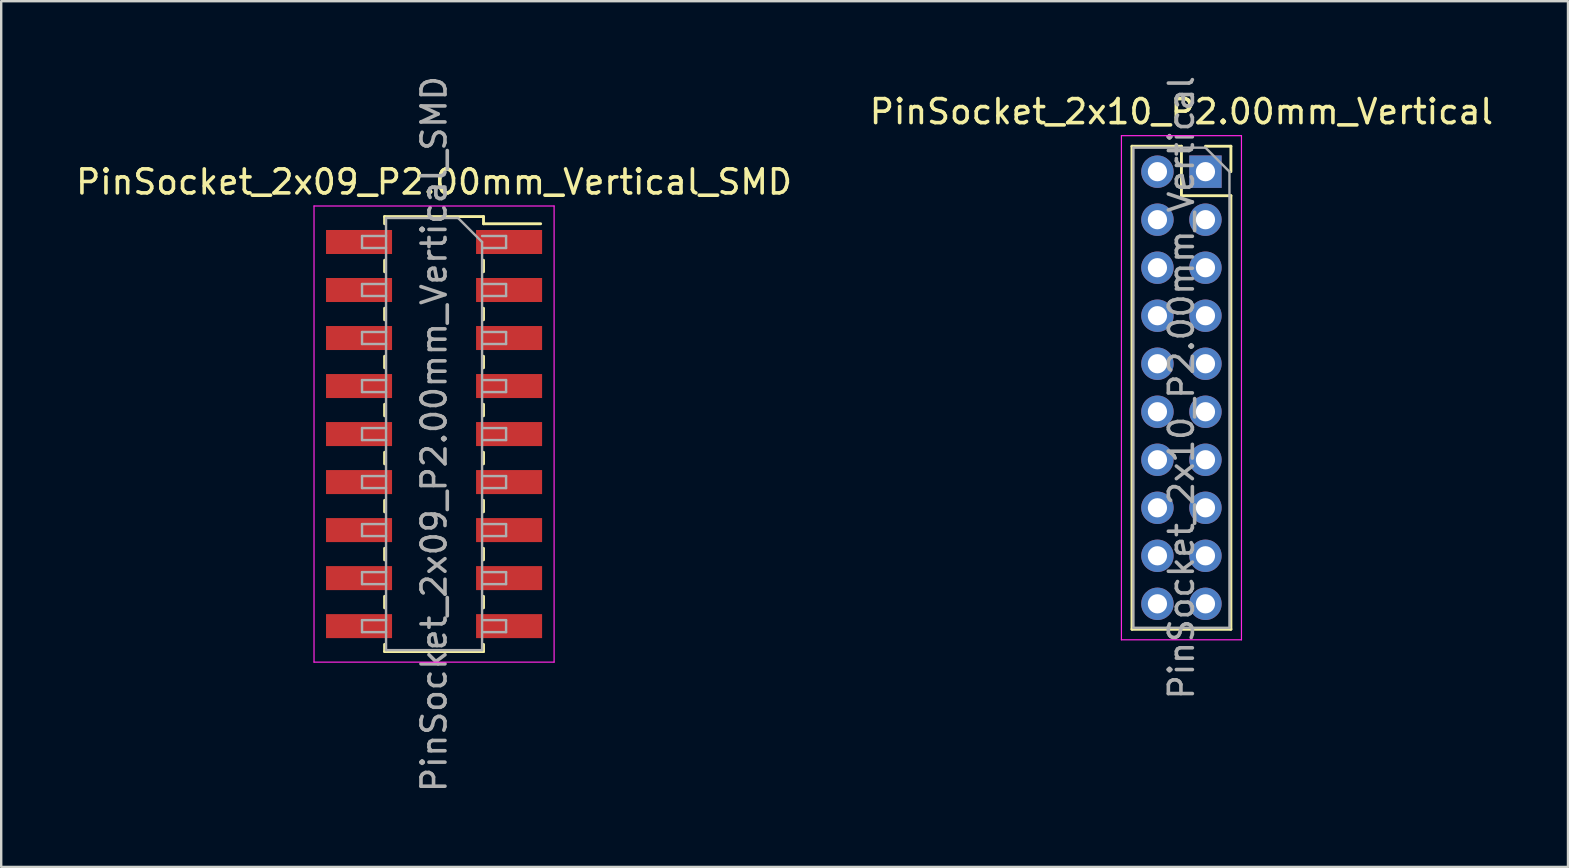
<source format=kicad_pcb>
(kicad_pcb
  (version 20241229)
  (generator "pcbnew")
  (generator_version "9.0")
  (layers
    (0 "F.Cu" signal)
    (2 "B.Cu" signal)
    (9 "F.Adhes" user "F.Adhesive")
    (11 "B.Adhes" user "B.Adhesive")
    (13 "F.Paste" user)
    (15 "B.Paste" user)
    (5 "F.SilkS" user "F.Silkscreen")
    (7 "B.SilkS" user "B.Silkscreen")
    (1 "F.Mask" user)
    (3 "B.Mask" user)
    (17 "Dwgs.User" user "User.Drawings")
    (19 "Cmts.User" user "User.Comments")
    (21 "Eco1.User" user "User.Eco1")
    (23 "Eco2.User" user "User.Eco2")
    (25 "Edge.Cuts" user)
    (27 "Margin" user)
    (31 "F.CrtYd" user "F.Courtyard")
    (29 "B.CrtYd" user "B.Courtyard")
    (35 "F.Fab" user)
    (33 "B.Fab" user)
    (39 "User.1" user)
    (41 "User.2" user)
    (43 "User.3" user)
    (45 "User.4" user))
  (footprint "PinSocket_2x10_P2.00mm_Vertical"
    (layer "F.Cu")
    (at 47.161 4.101)
    (property "Reference" "PinSocket_2x10_P2.00mm_Vertical" (at -1 -2.5 0) (layer "F.SilkS") (effects (font (size 1 1) (thickness 0.15))))
    (attr through_hole)
    (fp_line (start -3.06 -1.06) (end -3.06 19.06) (stroke (width 0.12) (type solid)) (layer "F.SilkS"))
    (fp_line (start -3.06 -1.06) (end -1 -1.06) (stroke (width 0.12) (type solid)) (layer "F.SilkS"))
    (fp_line (start -3.06 19.06) (end 1.06 19.06) (stroke (width 0.12) (type solid)) (layer "F.SilkS"))
    (fp_line (start -1 -1.06) (end -1 1) (stroke (width 0.12) (type solid)) (layer "F.SilkS"))
    (fp_line (start -1 1) (end 1.06 1) (stroke (width 0.12) (type solid)) (layer "F.SilkS"))
    (fp_line (start 0 -1.06) (end 1.06 -1.06) (stroke (width 0.12) (type solid)) (layer "F.SilkS"))
    (fp_line (start 1.06 -1.06) (end 1.06 0) (stroke (width 0.12) (type solid)) (layer "F.SilkS"))
    (fp_line (start 1.06 1) (end 1.06 19.06) (stroke (width 0.12) (type solid)) (layer "F.SilkS"))
    (fp_line (start -3.5 -1.5) (end 1.5 -1.5) (stroke (width 0.05) (type solid)) (layer "F.CrtYd"))
    (fp_line (start -3.5 19.5) (end -3.5 -1.5) (stroke (width 0.05) (type solid)) (layer "F.CrtYd"))
    (fp_line (start 1.5 -1.5) (end 1.5 19.5) (stroke (width 0.05) (type solid)) (layer "F.CrtYd"))
    (fp_line (start 1.5 19.5) (end -3.5 19.5) (stroke (width 0.05) (type solid)) (layer "F.CrtYd"))
    (fp_line (start -3 -1) (end 0 -1) (stroke (width 0.1) (type solid)) (layer "F.Fab"))
    (fp_line (start -3 19) (end -3 -1) (stroke (width 0.1) (type solid)) (layer "F.Fab"))
    (fp_line (start 0 -1) (end 1 0) (stroke (width 0.1) (type solid)) (layer "F.Fab"))
    (fp_line (start 1 0) (end 1 19) (stroke (width 0.1) (type solid)) (layer "F.Fab"))
    (fp_line (start 1 19) (end -3 19) (stroke (width 0.1) (type solid)) (layer "F.Fab"))
    (fp_text user "${REFERENCE}" (at -1 9 90) (layer "F.Fab") (effects (font (size 1 1) (thickness 0.15))))
    (pad "1" thru_hole rect (at 0 0) (size 1.35 1.35) (drill 0.8) (layers "*.Cu" "*.Mask"))
    (pad "2" thru_hole oval (at -2 0) (size 1.35 1.35) (drill 0.8) (layers "*.Cu" "*.Mask"))
    (pad "3" thru_hole oval (at 0 2) (size 1.35 1.35) (drill 0.8) (layers "*.Cu" "*.Mask"))
    (pad "4" thru_hole oval (at -2 2) (size 1.35 1.35) (drill 0.8) (layers "*.Cu" "*.Mask"))
    (pad "5" thru_hole oval (at 0 4) (size 1.35 1.35) (drill 0.8) (layers "*.Cu" "*.Mask"))
    (pad "6" thru_hole oval (at -2 4) (size 1.35 1.35) (drill 0.8) (layers "*.Cu" "*.Mask"))
    (pad "7" thru_hole oval (at 0 6) (size 1.35 1.35) (drill 0.8) (layers "*.Cu" "*.Mask"))
    (pad "8" thru_hole oval (at -2 6) (size 1.35 1.35) (drill 0.8) (layers "*.Cu" "*.Mask"))
    (pad "9" thru_hole oval (at 0 8) (size 1.35 1.35) (drill 0.8) (layers "*.Cu" "*.Mask"))
    (pad "10" thru_hole oval (at -2 8) (size 1.35 1.35) (drill 0.8) (layers "*.Cu" "*.Mask"))
    (pad "11" thru_hole oval (at 0 10) (size 1.35 1.35) (drill 0.8) (layers "*.Cu" "*.Mask"))
    (pad "12" thru_hole oval (at -2 10) (size 1.35 1.35) (drill 0.8) (layers "*.Cu" "*.Mask"))
    (pad "13" thru_hole oval (at 0 12) (size 1.35 1.35) (drill 0.8) (layers "*.Cu" "*.Mask"))
    (pad "14" thru_hole oval (at -2 12) (size 1.35 1.35) (drill 0.8) (layers "*.Cu" "*.Mask"))
    (pad "15" thru_hole oval (at 0 14) (size 1.35 1.35) (drill 0.8) (layers "*.Cu" "*.Mask"))
    (pad "16" thru_hole oval (at -2 14) (size 1.35 1.35) (drill 0.8) (layers "*.Cu" "*.Mask"))
    (pad "17" thru_hole oval (at 0 16) (size 1.35 1.35) (drill 0.8) (layers "*.Cu" "*.Mask"))
    (pad "18" thru_hole oval (at -2 16) (size 1.35 1.35) (drill 0.8) (layers "*.Cu" "*.Mask"))
    (pad "19" thru_hole oval (at 0 18) (size 1.35 1.35) (drill 0.8) (layers "*.Cu" "*.Mask"))
    (pad "20" thru_hole oval (at -2 18) (size 1.35 1.35) (drill 0.8) (layers "*.Cu" "*.Mask")))
  (footprint "PinSocket_2x09_P2.00mm_Vertical_SMD"
    (layer "F.Cu")
    (at 15.03 15.03)
    (property "Reference" "PinSocket_2x09_P2.00mm_Vertical_SMD" (at 0 -10.5 0) (layer "F.SilkS") (effects (font (size 1 1) (thickness 0.15))))
    (attr smd)
    (fp_line (start -2.06 -9.06) (end -2.06 -8.76) (stroke (width 0.12) (type solid)) (layer "F.SilkS"))
    (fp_line (start -2.06 -9.06) (end 2.06 -9.06) (stroke (width 0.12) (type solid)) (layer "F.SilkS"))
    (fp_line (start -2.06 -7.24) (end -2.06 -6.76) (stroke (width 0.12) (type solid)) (layer "F.SilkS"))
    (fp_line (start -2.06 -5.24) (end -2.06 -4.76) (stroke (width 0.12) (type solid)) (layer "F.SilkS"))
    (fp_line (start -2.06 -3.24) (end -2.06 -2.76) (stroke (width 0.12) (type solid)) (layer "F.SilkS"))
    (fp_line (start -2.06 -1.24) (end -2.06 -0.76) (stroke (width 0.12) (type solid)) (layer "F.SilkS"))
    (fp_line (start -2.06 0.76) (end -2.06 1.24) (stroke (width 0.12) (type solid)) (layer "F.SilkS"))
    (fp_line (start -2.06 2.76) (end -2.06 3.24) (stroke (width 0.12) (type solid)) (layer "F.SilkS"))
    (fp_line (start -2.06 4.76) (end -2.06 5.24) (stroke (width 0.12) (type solid)) (layer "F.SilkS"))
    (fp_line (start -2.06 6.76) (end -2.06 7.24) (stroke (width 0.12) (type solid)) (layer "F.SilkS"))
    (fp_line (start -2.06 8.76) (end -2.06 9.06) (stroke (width 0.12) (type solid)) (layer "F.SilkS"))
    (fp_line (start -2.06 9.06) (end 2.06 9.06) (stroke (width 0.12) (type solid)) (layer "F.SilkS"))
    (fp_line (start 2.06 -9.06) (end 2.06 -8.76) (stroke (width 0.12) (type solid)) (layer "F.SilkS"))
    (fp_line (start 2.06 -8.76) (end 4.44 -8.76) (stroke (width 0.12) (type solid)) (layer "F.SilkS"))
    (fp_line (start 2.06 -7.24) (end 2.06 -6.76) (stroke (width 0.12) (type solid)) (layer "F.SilkS"))
    (fp_line (start 2.06 -5.24) (end 2.06 -4.76) (stroke (width 0.12) (type solid)) (layer "F.SilkS"))
    (fp_line (start 2.06 -3.24) (end 2.06 -2.76) (stroke (width 0.12) (type solid)) (layer "F.SilkS"))
    (fp_line (start 2.06 -1.24) (end 2.06 -0.76) (stroke (width 0.12) (type solid)) (layer "F.SilkS"))
    (fp_line (start 2.06 0.76) (end 2.06 1.24) (stroke (width 0.12) (type solid)) (layer "F.SilkS"))
    (fp_line (start 2.06 2.76) (end 2.06 3.24) (stroke (width 0.12) (type solid)) (layer "F.SilkS"))
    (fp_line (start 2.06 4.76) (end 2.06 5.24) (stroke (width 0.12) (type solid)) (layer "F.SilkS"))
    (fp_line (start 2.06 6.76) (end 2.06 7.24) (stroke (width 0.12) (type solid)) (layer "F.SilkS"))
    (fp_line (start 2.06 8.76) (end 2.06 9.06) (stroke (width 0.12) (type solid)) (layer "F.SilkS"))
    (fp_line (start -5 -9.5) (end 5 -9.5) (stroke (width 0.05) (type solid)) (layer "F.CrtYd"))
    (fp_line (start -5 9.5) (end -5 -9.5) (stroke (width 0.05) (type solid)) (layer "F.CrtYd"))
    (fp_line (start 5 -9.5) (end 5 9.5) (stroke (width 0.05) (type solid)) (layer "F.CrtYd"))
    (fp_line (start 5 9.5) (end -5 9.5) (stroke (width 0.05) (type solid)) (layer "F.CrtYd"))
    (fp_line (start -3 -8.25) (end -2 -8.25) (stroke (width 0.1) (type solid)) (layer "F.Fab"))
    (fp_line (start -3 -7.75) (end -3 -8.25) (stroke (width 0.1) (type solid)) (layer "F.Fab"))
    (fp_line (start -3 -6.25) (end -2 -6.25) (stroke (width 0.1) (type solid)) (layer "F.Fab"))
    (fp_line (start -3 -5.75) (end -3 -6.25) (stroke (width 0.1) (type solid)) (layer "F.Fab"))
    (fp_line (start -3 -4.25) (end -2 -4.25) (stroke (width 0.1) (type solid)) (layer "F.Fab"))
    (fp_line (start -3 -3.75) (end -3 -4.25) (stroke (width 0.1) (type solid)) (layer "F.Fab"))
    (fp_line (start -3 -2.25) (end -2 -2.25) (stroke (width 0.1) (type solid)) (layer "F.Fab"))
    (fp_line (start -3 -1.75) (end -3 -2.25) (stroke (width 0.1) (type solid)) (layer "F.Fab"))
    (fp_line (start -3 -0.25) (end -2 -0.25) (stroke (width 0.1) (type solid)) (layer "F.Fab"))
    (fp_line (start -3 0.25) (end -3 -0.25) (stroke (width 0.1) (type solid)) (layer "F.Fab"))
    (fp_line (start -3 1.75) (end -2 1.75) (stroke (width 0.1) (type solid)) (layer "F.Fab"))
    (fp_line (start -3 2.25) (end -3 1.75) (stroke (width 0.1) (type solid)) (layer "F.Fab"))
    (fp_line (start -3 3.75) (end -2 3.75) (stroke (width 0.1) (type solid)) (layer "F.Fab"))
    (fp_line (start -3 4.25) (end -3 3.75) (stroke (width 0.1) (type solid)) (layer "F.Fab"))
    (fp_line (start -3 5.75) (end -2 5.75) (stroke (width 0.1) (type solid)) (layer "F.Fab"))
    (fp_line (start -3 6.25) (end -3 5.75) (stroke (width 0.1) (type solid)) (layer "F.Fab"))
    (fp_line (start -3 7.75) (end -2 7.75) (stroke (width 0.1) (type solid)) (layer "F.Fab"))
    (fp_line (start -3 8.25) (end -3 7.75) (stroke (width 0.1) (type solid)) (layer "F.Fab"))
    (fp_line (start -2 -9) (end 1 -9) (stroke (width 0.1) (type solid)) (layer "F.Fab"))
    (fp_line (start -2 -7.75) (end -3 -7.75) (stroke (width 0.1) (type solid)) (layer "F.Fab"))
    (fp_line (start -2 -5.75) (end -3 -5.75) (stroke (width 0.1) (type solid)) (layer "F.Fab"))
    (fp_line (start -2 -3.75) (end -3 -3.75) (stroke (width 0.1) (type solid)) (layer "F.Fab"))
    (fp_line (start -2 -1.75) (end -3 -1.75) (stroke (width 0.1) (type solid)) (layer "F.Fab"))
    (fp_line (start -2 0.25) (end -3 0.25) (stroke (width 0.1) (type solid)) (layer "F.Fab"))
    (fp_line (start -2 2.25) (end -3 2.25) (stroke (width 0.1) (type solid)) (layer "F.Fab"))
    (fp_line (start -2 4.25) (end -3 4.25) (stroke (width 0.1) (type solid)) (layer "F.Fab"))
    (fp_line (start -2 6.25) (end -3 6.25) (stroke (width 0.1) (type solid)) (layer "F.Fab"))
    (fp_line (start -2 8.25) (end -3 8.25) (stroke (width 0.1) (type solid)) (layer "F.Fab"))
    (fp_line (start -2 9) (end -2 -9) (stroke (width 0.1) (type solid)) (layer "F.Fab"))
    (fp_line (start 1 -9) (end 2 -8) (stroke (width 0.1) (type solid)) (layer "F.Fab"))
    (fp_line (start 2 -8.25) (end 3 -8.25) (stroke (width 0.1) (type solid)) (layer "F.Fab"))
    (fp_line (start 2 -8) (end 2 9) (stroke (width 0.1) (type solid)) (layer "F.Fab"))
    (fp_line (start 2 -6.25) (end 3 -6.25) (stroke (width 0.1) (type solid)) (layer "F.Fab"))
    (fp_line (start 2 -4.25) (end 3 -4.25) (stroke (width 0.1) (type solid)) (layer "F.Fab"))
    (fp_line (start 2 -2.25) (end 3 -2.25) (stroke (width 0.1) (type solid)) (layer "F.Fab"))
    (fp_line (start 2 -0.25) (end 3 -0.25) (stroke (width 0.1) (type solid)) (layer "F.Fab"))
    (fp_line (start 2 1.75) (end 3 1.75) (stroke (width 0.1) (type solid)) (layer "F.Fab"))
    (fp_line (start 2 3.75) (end 3 3.75) (stroke (width 0.1) (type solid)) (layer "F.Fab"))
    (fp_line (start 2 5.75) (end 3 5.75) (stroke (width 0.1) (type solid)) (layer "F.Fab"))
    (fp_line (start 2 7.75) (end 3 7.75) (stroke (width 0.1) (type solid)) (layer "F.Fab"))
    (fp_line (start 2 9) (end -2 9) (stroke (width 0.1) (type solid)) (layer "F.Fab"))
    (fp_line (start 3 -8.25) (end 3 -7.75) (stroke (width 0.1) (type solid)) (layer "F.Fab"))
    (fp_line (start 3 -7.75) (end 2 -7.75) (stroke (width 0.1) (type solid)) (layer "F.Fab"))
    (fp_line (start 3 -6.25) (end 3 -5.75) (stroke (width 0.1) (type solid)) (layer "F.Fab"))
    (fp_line (start 3 -5.75) (end 2 -5.75) (stroke (width 0.1) (type solid)) (layer "F.Fab"))
    (fp_line (start 3 -4.25) (end 3 -3.75) (stroke (width 0.1) (type solid)) (layer "F.Fab"))
    (fp_line (start 3 -3.75) (end 2 -3.75) (stroke (width 0.1) (type solid)) (layer "F.Fab"))
    (fp_line (start 3 -2.25) (end 3 -1.75) (stroke (width 0.1) (type solid)) (layer "F.Fab"))
    (fp_line (start 3 -1.75) (end 2 -1.75) (stroke (width 0.1) (type solid)) (layer "F.Fab"))
    (fp_line (start 3 -0.25) (end 3 0.25) (stroke (width 0.1) (type solid)) (layer "F.Fab"))
    (fp_line (start 3 0.25) (end 2 0.25) (stroke (width 0.1) (type solid)) (layer "F.Fab"))
    (fp_line (start 3 1.75) (end 3 2.25) (stroke (width 0.1) (type solid)) (layer "F.Fab"))
    (fp_line (start 3 2.25) (end 2 2.25) (stroke (width 0.1) (type solid)) (layer "F.Fab"))
    (fp_line (start 3 3.75) (end 3 4.25) (stroke (width 0.1) (type solid)) (layer "F.Fab"))
    (fp_line (start 3 4.25) (end 2 4.25) (stroke (width 0.1) (type solid)) (layer "F.Fab"))
    (fp_line (start 3 5.75) (end 3 6.25) (stroke (width 0.1) (type solid)) (layer "F.Fab"))
    (fp_line (start 3 6.25) (end 2 6.25) (stroke (width 0.1) (type solid)) (layer "F.Fab"))
    (fp_line (start 3 7.75) (end 3 8.25) (stroke (width 0.1) (type solid)) (layer "F.Fab"))
    (fp_line (start 3 8.25) (end 2 8.25) (stroke (width 0.1) (type solid)) (layer "F.Fab"))
    (fp_text user "${REFERENCE}" (at 0 0 90) (layer "F.Fab") (effects (font (size 1 1) (thickness 0.15))))
    (pad "1" smd rect (at 3.125 -8) (size 2.75 1) (layers "F.Cu" "F.Mask" "F.Paste"))
    (pad "2" smd rect (at -3.125 -8) (size 2.75 1) (layers "F.Cu" "F.Mask" "F.Paste"))
    (pad "3" smd rect (at 3.125 -6) (size 2.75 1) (layers "F.Cu" "F.Mask" "F.Paste"))
    (pad "4" smd rect (at -3.125 -6) (size 2.75 1) (layers "F.Cu" "F.Mask" "F.Paste"))
    (pad "5" smd rect (at 3.125 -4) (size 2.75 1) (layers "F.Cu" "F.Mask" "F.Paste"))
    (pad "6" smd rect (at -3.125 -4) (size 2.75 1) (layers "F.Cu" "F.Mask" "F.Paste"))
    (pad "7" smd rect (at 3.125 -2) (size 2.75 1) (layers "F.Cu" "F.Mask" "F.Paste"))
    (pad "8" smd rect (at -3.125 -2) (size 2.75 1) (layers "F.Cu" "F.Mask" "F.Paste"))
    (pad "9" smd rect (at 3.125 0) (size 2.75 1) (layers "F.Cu" "F.Mask" "F.Paste"))
    (pad "10" smd rect (at -3.125 0) (size 2.75 1) (layers "F.Cu" "F.Mask" "F.Paste"))
    (pad "11" smd rect (at 3.125 2) (size 2.75 1) (layers "F.Cu" "F.Mask" "F.Paste"))
    (pad "12" smd rect (at -3.125 2) (size 2.75 1) (layers "F.Cu" "F.Mask" "F.Paste"))
    (pad "13" smd rect (at 3.125 4) (size 2.75 1) (layers "F.Cu" "F.Mask" "F.Paste"))
    (pad "14" smd rect (at -3.125 4) (size 2.75 1) (layers "F.Cu" "F.Mask" "F.Paste"))
    (pad "15" smd rect (at 3.125 6) (size 2.75 1) (layers "F.Cu" "F.Mask" "F.Paste"))
    (pad "16" smd rect (at -3.125 6) (size 2.75 1) (layers "F.Cu" "F.Mask" "F.Paste"))
    (pad "17" smd rect (at 3.125 8) (size 2.75 1) (layers "F.Cu" "F.Mask" "F.Paste"))
    (pad "18" smd rect (at -3.125 8) (size 2.75 1) (layers "F.Cu" "F.Mask" "F.Paste")))
  (gr_rect
    (start -3 -3)
    (end 62.262 33.06)
    (stroke (width 0.1) (type default))
    (fill no)
    (layer "Edge.Cuts")))
</source>
